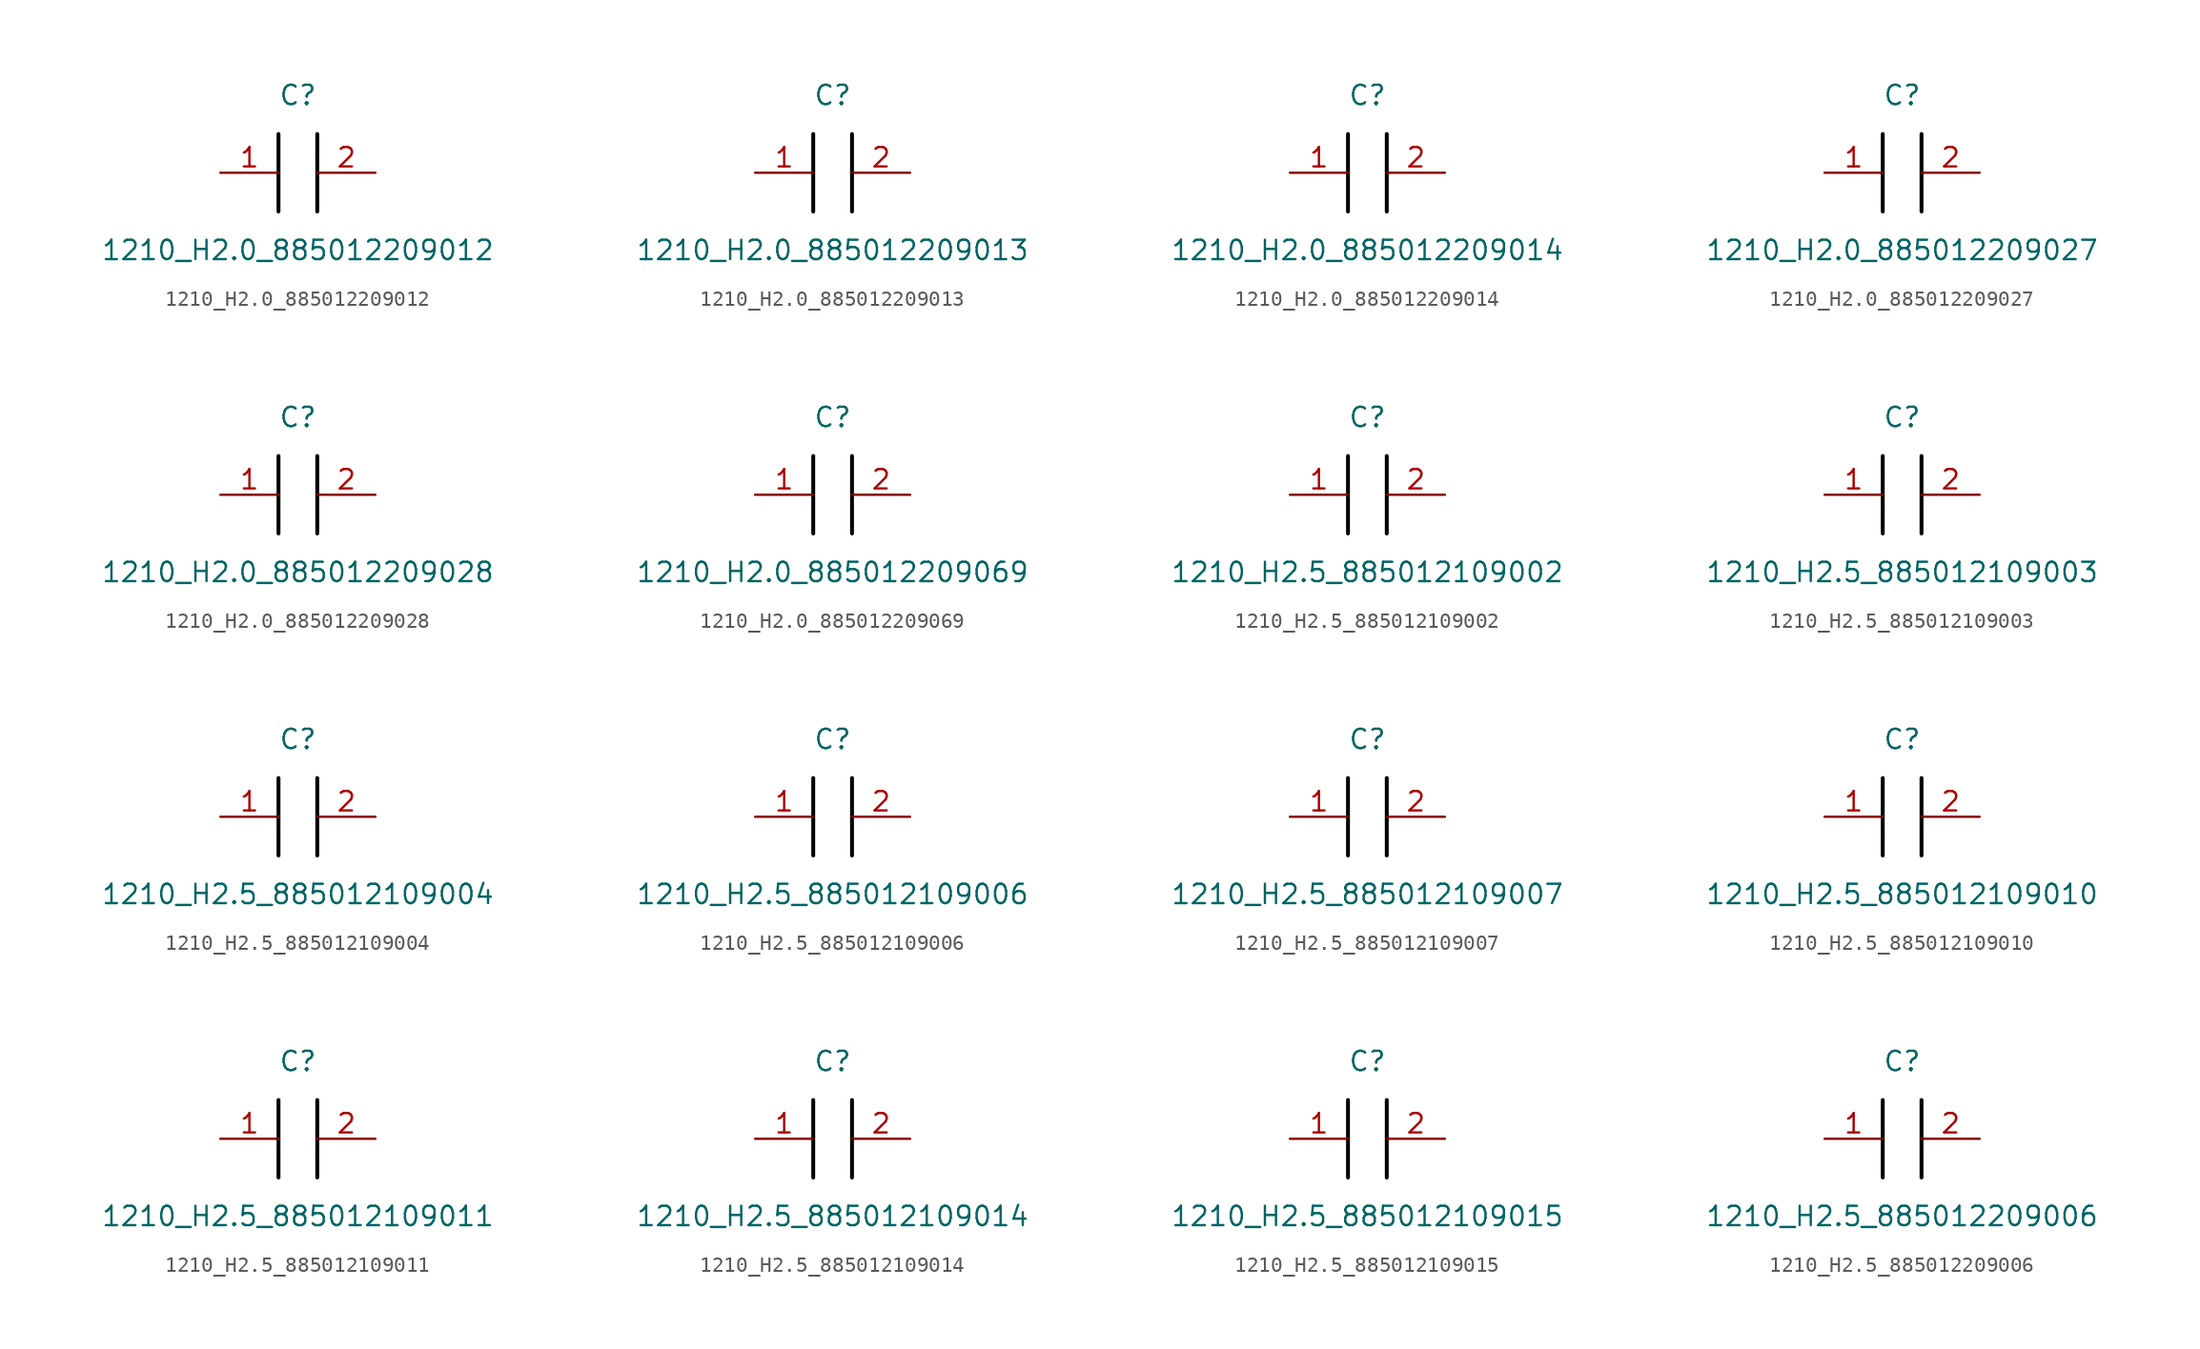
<source format=kicad_sym>
(kicad_symbol_lib
  (version 20220914)
  (generator kicad_symbol_editor)
  (symbol "1210_H2.0_885012209012"
    (pin_names hide)
    (property "Reference" "C"
      (at 0 5.08 0)
      (effects (font (size 1.27 1.27))))
    (property "Value" "1210_H2.0_885012209012"
      (at 0 -5.08 0)
      (effects (font (size 1.27 1.27))))
    (symbol "1210_H2.0_885012209012_1_1"
      (polyline (pts (xy -1.27 2.54) (xy -1.27 -2.54)) (stroke (width 0.254) (type default) (color 0 0 0 1)) (fill (type none)))
      (polyline (pts (xy 1.27 2.54) (xy 1.27 -2.54)) (stroke (width 0.254) (type default) (color 0 0 0 1)) (fill (type none)))
      (pin passive line (at -5.08 0 0) (length 3.81) (name "1" (effects (font (size 1.27 1.27)))) (number "1" (effects (font (size 1.27 1.27)))))
      (pin passive line (at 5.08 0 180) (length 3.81) (name "2" (effects (font (size 1.27 1.27)))) (number "2" (effects (font (size 1.27 1.27)))))))
  (symbol "1210_H2.0_885012209013"
    (pin_names hide)
    (property "Reference" "C"
      (at 0 5.08 0)
      (effects (font (size 1.27 1.27))))
    (property "Value" "1210_H2.0_885012209013"
      (at 0 -5.08 0)
      (effects (font (size 1.27 1.27))))
    (symbol "1210_H2.0_885012209013_1_1"
      (polyline (pts (xy -1.27 2.54) (xy -1.27 -2.54)) (stroke (width 0.254) (type default) (color 0 0 0 1)) (fill (type none)))
      (polyline (pts (xy 1.27 2.54) (xy 1.27 -2.54)) (stroke (width 0.254) (type default) (color 0 0 0 1)) (fill (type none)))
      (pin passive line (at -5.08 0 0) (length 3.81) (name "1" (effects (font (size 1.27 1.27)))) (number "1" (effects (font (size 1.27 1.27)))))
      (pin passive line (at 5.08 0 180) (length 3.81) (name "2" (effects (font (size 1.27 1.27)))) (number "2" (effects (font (size 1.27 1.27)))))))
  (symbol "1210_H2.0_885012209014"
    (pin_names hide)
    (property "Reference" "C"
      (at 0 5.08 0)
      (effects (font (size 1.27 1.27))))
    (property "Value" "1210_H2.0_885012209014"
      (at 0 -5.08 0)
      (effects (font (size 1.27 1.27))))
    (symbol "1210_H2.0_885012209014_1_1"
      (polyline (pts (xy -1.27 2.54) (xy -1.27 -2.54)) (stroke (width 0.254) (type default) (color 0 0 0 1)) (fill (type none)))
      (polyline (pts (xy 1.27 2.54) (xy 1.27 -2.54)) (stroke (width 0.254) (type default) (color 0 0 0 1)) (fill (type none)))
      (pin passive line (at -5.08 0 0) (length 3.81) (name "1" (effects (font (size 1.27 1.27)))) (number "1" (effects (font (size 1.27 1.27)))))
      (pin passive line (at 5.08 0 180) (length 3.81) (name "2" (effects (font (size 1.27 1.27)))) (number "2" (effects (font (size 1.27 1.27)))))))
  (symbol "1210_H2.0_885012209027"
    (pin_names hide)
    (property "Reference" "C"
      (at 0 5.08 0)
      (effects (font (size 1.27 1.27))))
    (property "Value" "1210_H2.0_885012209027"
      (at 0 -5.08 0)
      (effects (font (size 1.27 1.27))))
    (symbol "1210_H2.0_885012209027_1_1"
      (polyline (pts (xy -1.27 2.54) (xy -1.27 -2.54)) (stroke (width 0.254) (type default) (color 0 0 0 1)) (fill (type none)))
      (polyline (pts (xy 1.27 2.54) (xy 1.27 -2.54)) (stroke (width 0.254) (type default) (color 0 0 0 1)) (fill (type none)))
      (pin passive line (at -5.08 0 0) (length 3.81) (name "1" (effects (font (size 1.27 1.27)))) (number "1" (effects (font (size 1.27 1.27)))))
      (pin passive line (at 5.08 0 180) (length 3.81) (name "2" (effects (font (size 1.27 1.27)))) (number "2" (effects (font (size 1.27 1.27)))))))
  (symbol "1210_H2.0_885012209028"
    (pin_names hide)
    (property "Reference" "C"
      (at 0 5.08 0)
      (effects (font (size 1.27 1.27))))
    (property "Value" "1210_H2.0_885012209028"
      (at 0 -5.08 0)
      (effects (font (size 1.27 1.27))))
    (symbol "1210_H2.0_885012209028_1_1"
      (polyline (pts (xy -1.27 2.54) (xy -1.27 -2.54)) (stroke (width 0.254) (type default) (color 0 0 0 1)) (fill (type none)))
      (polyline (pts (xy 1.27 2.54) (xy 1.27 -2.54)) (stroke (width 0.254) (type default) (color 0 0 0 1)) (fill (type none)))
      (pin passive line (at -5.08 0 0) (length 3.81) (name "1" (effects (font (size 1.27 1.27)))) (number "1" (effects (font (size 1.27 1.27)))))
      (pin passive line (at 5.08 0 180) (length 3.81) (name "2" (effects (font (size 1.27 1.27)))) (number "2" (effects (font (size 1.27 1.27)))))))
  (symbol "1210_H2.0_885012209069"
    (pin_names hide)
    (property "Reference" "C"
      (at 0 5.08 0)
      (effects (font (size 1.27 1.27))))
    (property "Value" "1210_H2.0_885012209069"
      (at 0 -5.08 0)
      (effects (font (size 1.27 1.27))))
    (symbol "1210_H2.0_885012209069_1_1"
      (polyline (pts (xy -1.27 2.54) (xy -1.27 -2.54)) (stroke (width 0.254) (type default) (color 0 0 0 1)) (fill (type none)))
      (polyline (pts (xy 1.27 2.54) (xy 1.27 -2.54)) (stroke (width 0.254) (type default) (color 0 0 0 1)) (fill (type none)))
      (pin passive line (at -5.08 0 0) (length 3.81) (name "1" (effects (font (size 1.27 1.27)))) (number "1" (effects (font (size 1.27 1.27)))))
      (pin passive line (at 5.08 0 180) (length 3.81) (name "2" (effects (font (size 1.27 1.27)))) (number "2" (effects (font (size 1.27 1.27)))))))
  (symbol "1210_H2.5_885012109002"
    (pin_names hide)
    (property "Reference" "C"
      (at 0 5.08 0)
      (effects (font (size 1.27 1.27))))
    (property "Value" "1210_H2.5_885012109002"
      (at 0 -5.08 0)
      (effects (font (size 1.27 1.27))))
    (symbol "1210_H2.5_885012109002_1_1"
      (polyline (pts (xy -1.27 2.54) (xy -1.27 -2.54)) (stroke (width 0.254) (type default) (color 0 0 0 1)) (fill (type none)))
      (polyline (pts (xy 1.27 2.54) (xy 1.27 -2.54)) (stroke (width 0.254) (type default) (color 0 0 0 1)) (fill (type none)))
      (pin passive line (at -5.08 0 0) (length 3.81) (name "1" (effects (font (size 1.27 1.27)))) (number "1" (effects (font (size 1.27 1.27)))))
      (pin passive line (at 5.08 0 180) (length 3.81) (name "2" (effects (font (size 1.27 1.27)))) (number "2" (effects (font (size 1.27 1.27)))))))
  (symbol "1210_H2.5_885012109003"
    (pin_names hide)
    (property "Reference" "C"
      (at 0 5.08 0)
      (effects (font (size 1.27 1.27))))
    (property "Value" "1210_H2.5_885012109003"
      (at 0 -5.08 0)
      (effects (font (size 1.27 1.27))))
    (symbol "1210_H2.5_885012109003_1_1"
      (polyline (pts (xy -1.27 2.54) (xy -1.27 -2.54)) (stroke (width 0.254) (type default) (color 0 0 0 1)) (fill (type none)))
      (polyline (pts (xy 1.27 2.54) (xy 1.27 -2.54)) (stroke (width 0.254) (type default) (color 0 0 0 1)) (fill (type none)))
      (pin passive line (at -5.08 0 0) (length 3.81) (name "1" (effects (font (size 1.27 1.27)))) (number "1" (effects (font (size 1.27 1.27)))))
      (pin passive line (at 5.08 0 180) (length 3.81) (name "2" (effects (font (size 1.27 1.27)))) (number "2" (effects (font (size 1.27 1.27)))))))
  (symbol "1210_H2.5_885012109004"
    (pin_names hide)
    (property "Reference" "C"
      (at 0 5.08 0)
      (effects (font (size 1.27 1.27))))
    (property "Value" "1210_H2.5_885012109004"
      (at 0 -5.08 0)
      (effects (font (size 1.27 1.27))))
    (symbol "1210_H2.5_885012109004_1_1"
      (polyline (pts (xy -1.27 2.54) (xy -1.27 -2.54)) (stroke (width 0.254) (type default) (color 0 0 0 1)) (fill (type none)))
      (polyline (pts (xy 1.27 2.54) (xy 1.27 -2.54)) (stroke (width 0.254) (type default) (color 0 0 0 1)) (fill (type none)))
      (pin passive line (at -5.08 0 0) (length 3.81) (name "1" (effects (font (size 1.27 1.27)))) (number "1" (effects (font (size 1.27 1.27)))))
      (pin passive line (at 5.08 0 180) (length 3.81) (name "2" (effects (font (size 1.27 1.27)))) (number "2" (effects (font (size 1.27 1.27)))))))
  (symbol "1210_H2.5_885012109006"
    (pin_names hide)
    (property "Reference" "C"
      (at 0 5.08 0)
      (effects (font (size 1.27 1.27))))
    (property "Value" "1210_H2.5_885012109006"
      (at 0 -5.08 0)
      (effects (font (size 1.27 1.27))))
    (symbol "1210_H2.5_885012109006_1_1"
      (polyline (pts (xy -1.27 2.54) (xy -1.27 -2.54)) (stroke (width 0.254) (type default) (color 0 0 0 1)) (fill (type none)))
      (polyline (pts (xy 1.27 2.54) (xy 1.27 -2.54)) (stroke (width 0.254) (type default) (color 0 0 0 1)) (fill (type none)))
      (pin passive line (at -5.08 0 0) (length 3.81) (name "1" (effects (font (size 1.27 1.27)))) (number "1" (effects (font (size 1.27 1.27)))))
      (pin passive line (at 5.08 0 180) (length 3.81) (name "2" (effects (font (size 1.27 1.27)))) (number "2" (effects (font (size 1.27 1.27)))))))
  (symbol "1210_H2.5_885012109007"
    (pin_names hide)
    (property "Reference" "C"
      (at 0 5.08 0)
      (effects (font (size 1.27 1.27))))
    (property "Value" "1210_H2.5_885012109007"
      (at 0 -5.08 0)
      (effects (font (size 1.27 1.27))))
    (symbol "1210_H2.5_885012109007_1_1"
      (polyline (pts (xy -1.27 2.54) (xy -1.27 -2.54)) (stroke (width 0.254) (type default) (color 0 0 0 1)) (fill (type none)))
      (polyline (pts (xy 1.27 2.54) (xy 1.27 -2.54)) (stroke (width 0.254) (type default) (color 0 0 0 1)) (fill (type none)))
      (pin passive line (at -5.08 0 0) (length 3.81) (name "1" (effects (font (size 1.27 1.27)))) (number "1" (effects (font (size 1.27 1.27)))))
      (pin passive line (at 5.08 0 180) (length 3.81) (name "2" (effects (font (size 1.27 1.27)))) (number "2" (effects (font (size 1.27 1.27)))))))
  (symbol "1210_H2.5_885012109010"
    (pin_names hide)
    (property "Reference" "C"
      (at 0 5.08 0)
      (effects (font (size 1.27 1.27))))
    (property "Value" "1210_H2.5_885012109010"
      (at 0 -5.08 0)
      (effects (font (size 1.27 1.27))))
    (symbol "1210_H2.5_885012109010_1_1"
      (polyline (pts (xy -1.27 2.54) (xy -1.27 -2.54)) (stroke (width 0.254) (type default) (color 0 0 0 1)) (fill (type none)))
      (polyline (pts (xy 1.27 2.54) (xy 1.27 -2.54)) (stroke (width 0.254) (type default) (color 0 0 0 1)) (fill (type none)))
      (pin passive line (at -5.08 0 0) (length 3.81) (name "1" (effects (font (size 1.27 1.27)))) (number "1" (effects (font (size 1.27 1.27)))))
      (pin passive line (at 5.08 0 180) (length 3.81) (name "2" (effects (font (size 1.27 1.27)))) (number "2" (effects (font (size 1.27 1.27)))))))
  (symbol "1210_H2.5_885012109011"
    (pin_names hide)
    (property "Reference" "C"
      (at 0 5.08 0)
      (effects (font (size 1.27 1.27))))
    (property "Value" "1210_H2.5_885012109011"
      (at 0 -5.08 0)
      (effects (font (size 1.27 1.27))))
    (symbol "1210_H2.5_885012109011_1_1"
      (polyline (pts (xy -1.27 2.54) (xy -1.27 -2.54)) (stroke (width 0.254) (type default) (color 0 0 0 1)) (fill (type none)))
      (polyline (pts (xy 1.27 2.54) (xy 1.27 -2.54)) (stroke (width 0.254) (type default) (color 0 0 0 1)) (fill (type none)))
      (pin passive line (at -5.08 0 0) (length 3.81) (name "1" (effects (font (size 1.27 1.27)))) (number "1" (effects (font (size 1.27 1.27)))))
      (pin passive line (at 5.08 0 180) (length 3.81) (name "2" (effects (font (size 1.27 1.27)))) (number "2" (effects (font (size 1.27 1.27)))))))
  (symbol "1210_H2.5_885012109014"
    (pin_names hide)
    (property "Reference" "C"
      (at 0 5.08 0)
      (effects (font (size 1.27 1.27))))
    (property "Value" "1210_H2.5_885012109014"
      (at 0 -5.08 0)
      (effects (font (size 1.27 1.27))))
    (symbol "1210_H2.5_885012109014_1_1"
      (polyline (pts (xy -1.27 2.54) (xy -1.27 -2.54)) (stroke (width 0.254) (type default) (color 0 0 0 1)) (fill (type none)))
      (polyline (pts (xy 1.27 2.54) (xy 1.27 -2.54)) (stroke (width 0.254) (type default) (color 0 0 0 1)) (fill (type none)))
      (pin passive line (at -5.08 0 0) (length 3.81) (name "1" (effects (font (size 1.27 1.27)))) (number "1" (effects (font (size 1.27 1.27)))))
      (pin passive line (at 5.08 0 180) (length 3.81) (name "2" (effects (font (size 1.27 1.27)))) (number "2" (effects (font (size 1.27 1.27)))))))
  (symbol "1210_H2.5_885012109015"
    (pin_names hide)
    (property "Reference" "C"
      (at 0 5.08 0)
      (effects (font (size 1.27 1.27))))
    (property "Value" "1210_H2.5_885012109015"
      (at 0 -5.08 0)
      (effects (font (size 1.27 1.27))))
    (symbol "1210_H2.5_885012109015_1_1"
      (polyline (pts (xy -1.27 2.54) (xy -1.27 -2.54)) (stroke (width 0.254) (type default) (color 0 0 0 1)) (fill (type none)))
      (polyline (pts (xy 1.27 2.54) (xy 1.27 -2.54)) (stroke (width 0.254) (type default) (color 0 0 0 1)) (fill (type none)))
      (pin passive line (at -5.08 0 0) (length 3.81) (name "1" (effects (font (size 1.27 1.27)))) (number "1" (effects (font (size 1.27 1.27)))))
      (pin passive line (at 5.08 0 180) (length 3.81) (name "2" (effects (font (size 1.27 1.27)))) (number "2" (effects (font (size 1.27 1.27)))))))
  (symbol "1210_H2.5_885012209006"
    (pin_names hide)
    (property "Reference" "C"
      (at 0 5.08 0)
      (effects (font (size 1.27 1.27))))
    (property "Value" "1210_H2.5_885012209006"
      (at 0 -5.08 0)
      (effects (font (size 1.27 1.27))))
    (symbol "1210_H2.5_885012209006_1_1"
      (polyline (pts (xy -1.27 2.54) (xy -1.27 -2.54)) (stroke (width 0.254) (type default) (color 0 0 0 1)) (fill (type none)))
      (polyline (pts (xy 1.27 2.54) (xy 1.27 -2.54)) (stroke (width 0.254) (type default) (color 0 0 0 1)) (fill (type none)))
      (pin passive line (at -5.08 0 0) (length 3.81) (name "1" (effects (font (size 1.27 1.27)))) (number "1" (effects (font (size 1.27 1.27)))))
      (pin passive line (at 5.08 0 180) (length 3.81) (name "2" (effects (font (size 1.27 1.27)))) (number "2" (effects (font (size 1.27 1.27))))))))
</source>
